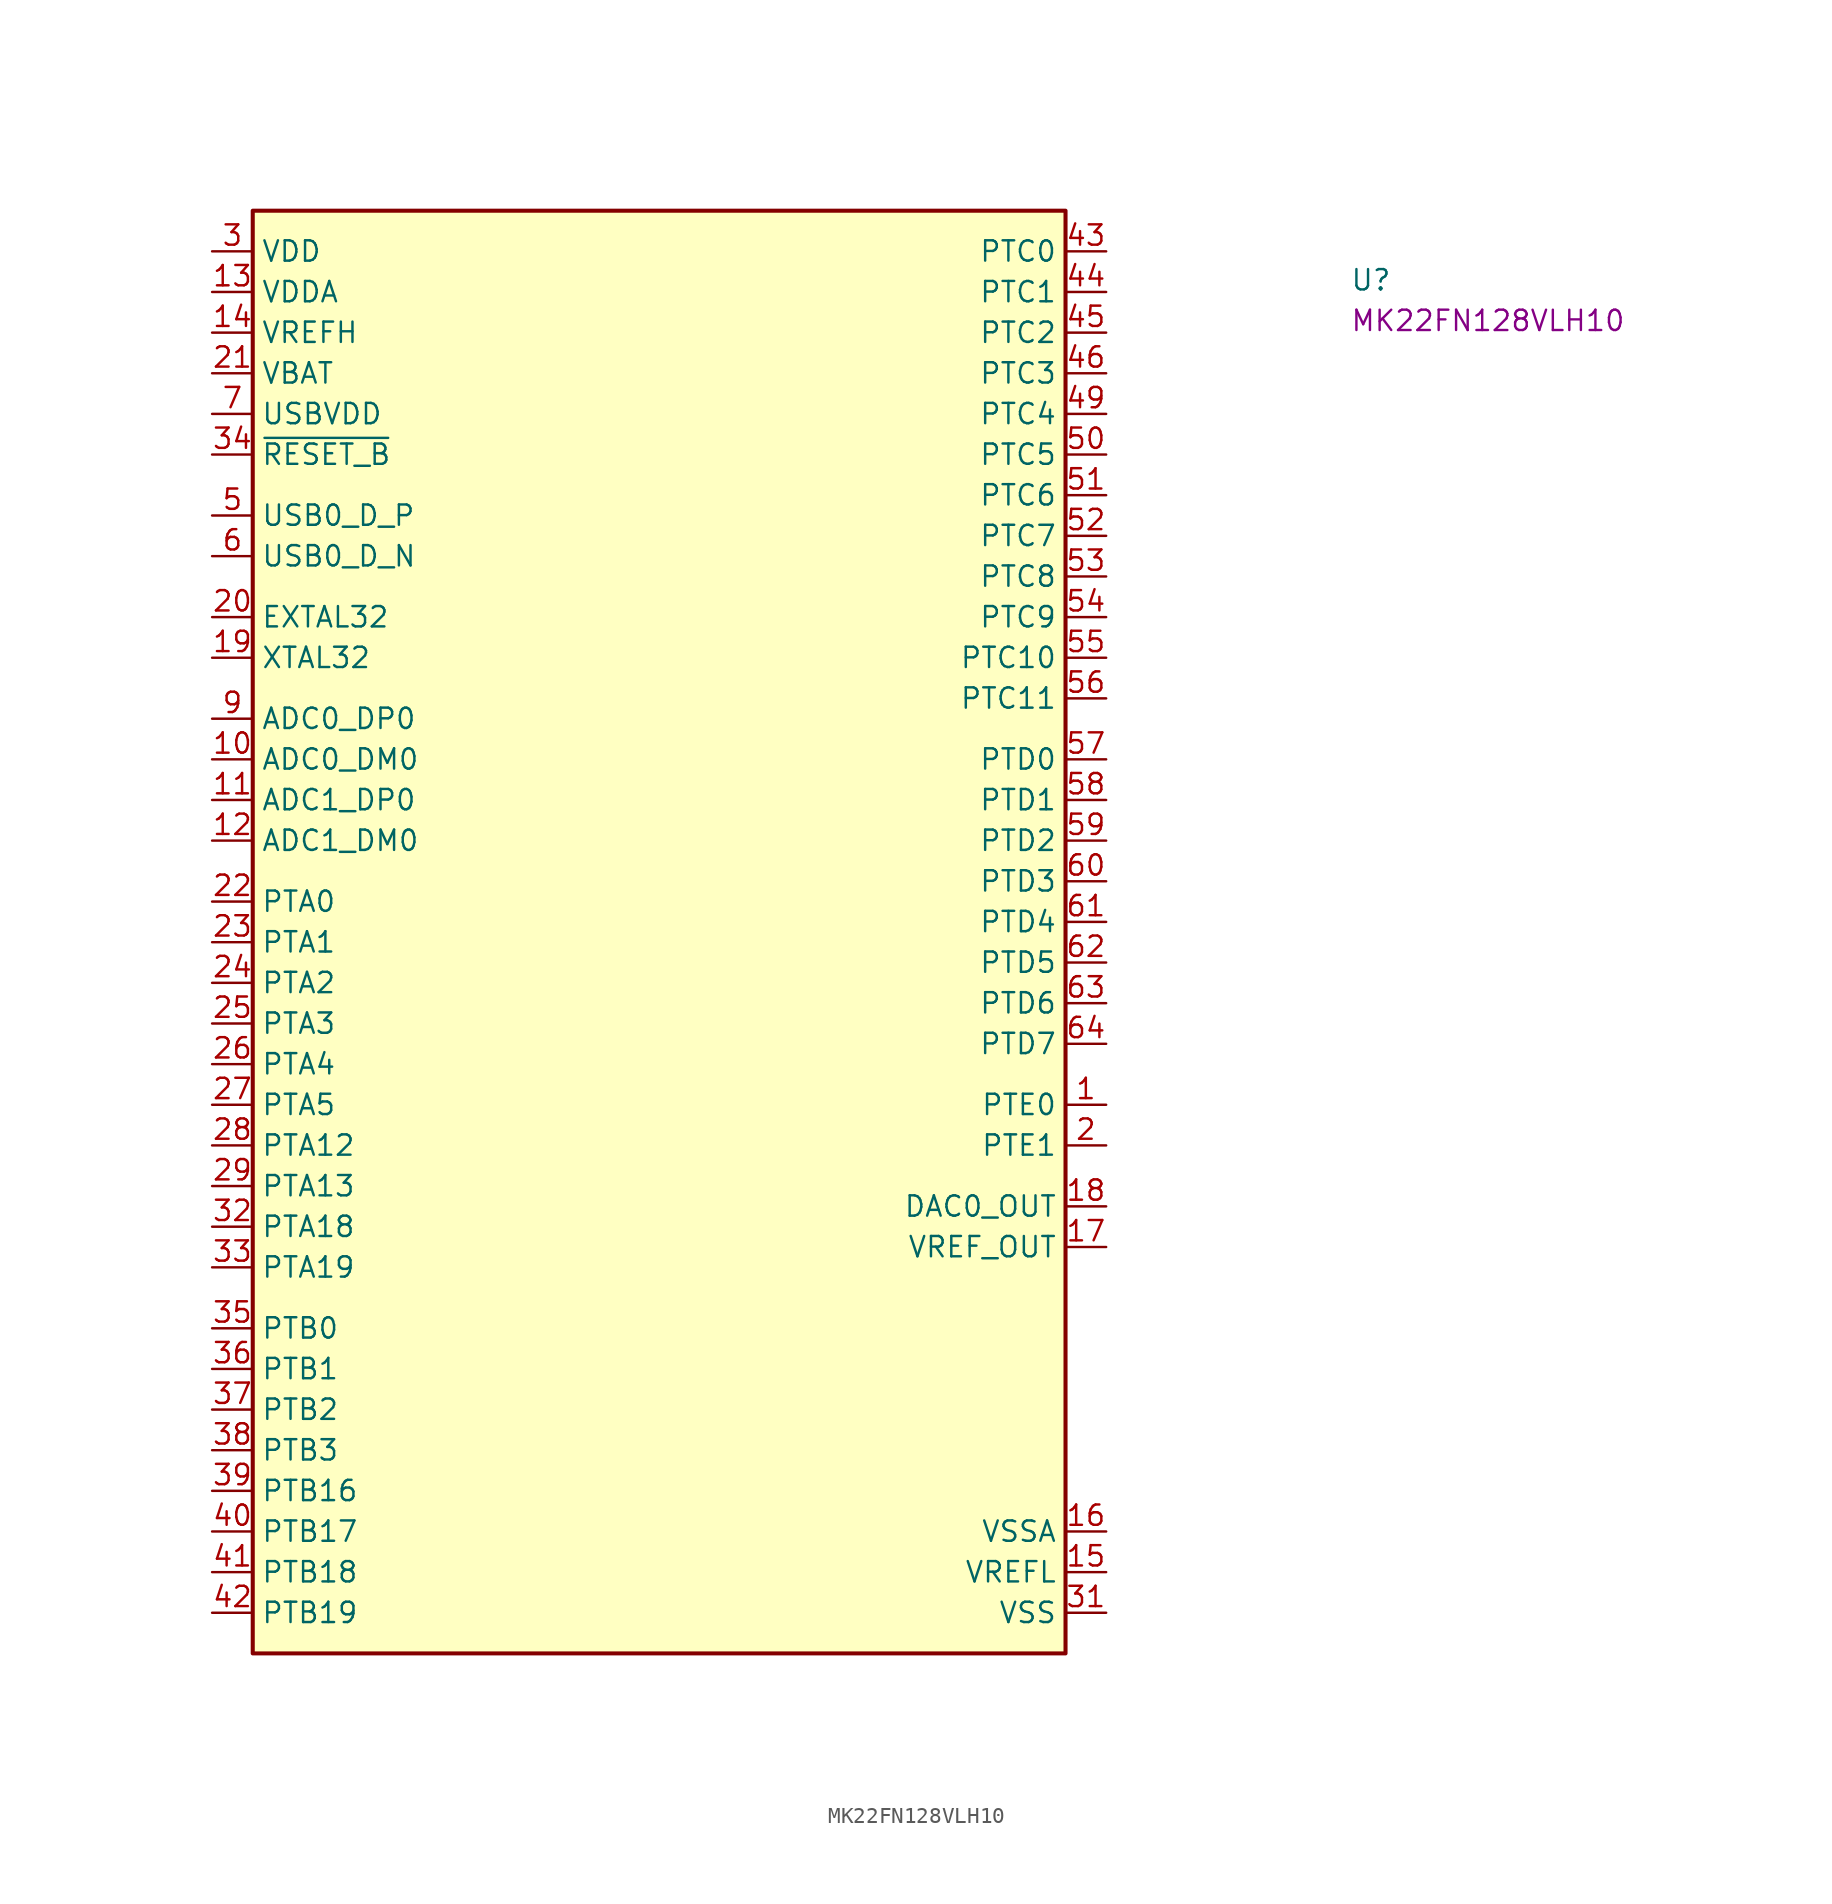
<source format=kicad_sym>
(kicad_symbol_lib
  (version 20220914)
  (generator kicad_symbol_editor)
  (symbol "MK22FN128VLH10"
    (property "Reference" "U"
      (at 71.12 -2.54 0)
      (effects (font (size 1.27 1.27) (thickness 0.15)) (justify left bottom)))
    (property "MPN" "MK22FN128VLH10"
      (at 71.12 -5.08 0)
      (effects (font (size 1.27 1.27) (thickness 0.15)) (justify left bottom)))
    (symbol "MK22FN128VLH10_1_1"
      (rectangle (start 2.54 2.54) (end 53.34 -87.63) (stroke (width 0.254) (type default)) (fill (type background)))
      (pin output line (at 55.88 -53.34 180) (length 2.54) (name "PTE0" (effects (font (size 1.27 1.27)))) (number "1" (effects (font (size 1.27 1.27)))) (alternate "CLKOUT32K" passive line))
      (pin bidirectional line (at 0 -31.75 0) (length 2.54) (name "ADC0_DM0" (effects (font (size 1.27 1.27)))) (number "10" (effects (font (size 1.27 1.27)))) (alternate "ADC1_DM3" passive line))
      (pin bidirectional line (at 0 -34.29 0) (length 2.54) (name "ADC1_DP0" (effects (font (size 1.27 1.27)))) (number "11" (effects (font (size 1.27 1.27)))) (alternate "ADC0_DP3" passive line))
      (pin bidirectional line (at 0 -36.83 0) (length 2.54) (name "ADC1_DM0" (effects (font (size 1.27 1.27)))) (number "12" (effects (font (size 1.27 1.27)))) (alternate "ADC0_DM3" passive line))
      (pin power_in line (at 0 -2.54 0) (length 2.54) (name "VDDA" (effects (font (size 1.27 1.27)))) (number "13" (effects (font (size 1.27 1.27)))))
      (pin power_in line (at 0 -5.08 0) (length 2.54) (name "VREFH" (effects (font (size 1.27 1.27)))) (number "14" (effects (font (size 1.27 1.27)))))
      (pin power_in line (at 55.88 -82.55 180) (length 2.54) (name "VREFL" (effects (font (size 1.27 1.27)))) (number "15" (effects (font (size 1.27 1.27)))))
      (pin power_in line (at 55.88 -80.01 180) (length 2.54) (name "VSSA" (effects (font (size 1.27 1.27)))) (number "16" (effects (font (size 1.27 1.27)))))
      (pin output line (at 55.88 -62.23 180) (length 2.54) (name "VREF_OUT" (effects (font (size 1.27 1.27)))) (number "17" (effects (font (size 1.27 1.27)))) (alternate "ADC1_SE18" passive line) (alternate "CMP0_IN5" passive line) (alternate "CMP1_IN5" passive line))
      (pin output line (at 55.88 -59.69 180) (length 2.54) (name "DAC0_OUT" (effects (font (size 1.27 1.27)))) (number "18" (effects (font (size 1.27 1.27)))) (alternate "ADC0_SE23" passive line) (alternate "CMP1_IN3" passive line))
      (pin output line (at 0 -25.4 0) (length 2.54) (name "XTAL32" (effects (font (size 1.27 1.27)))) (number "19" (effects (font (size 1.27 1.27)))))
      (pin passive line (at 55.88 -55.88 180) (length 2.54) (name "PTE1" (effects (font (size 1.27 1.27)))) (number "2" (effects (font (size 1.27 1.27)))) (alternate "LLWU_P0" passive line))
      (pin input line (at 0 -22.86 0) (length 2.54) (name "EXTAL32" (effects (font (size 1.27 1.27)))) (number "20" (effects (font (size 1.27 1.27)))))
      (pin power_in line (at 0 -7.62 0) (length 2.54) (name "VBAT" (effects (font (size 1.27 1.27)))) (number "21" (effects (font (size 1.27 1.27)))))
      (pin bidirectional line (at 0 -40.64 0) (length 2.54) (name "PTA0" (effects (font (size 1.27 1.27)))) (number "22" (effects (font (size 1.27 1.27)))))
      (pin bidirectional line (at 0 -43.18 0) (length 2.54) (name "PTA1" (effects (font (size 1.27 1.27)))) (number "23" (effects (font (size 1.27 1.27)))))
      (pin bidirectional line (at 0 -45.72 0) (length 2.54) (name "PTA2" (effects (font (size 1.27 1.27)))) (number "24" (effects (font (size 1.27 1.27)))))
      (pin bidirectional line (at 0 -48.26 0) (length 2.54) (name "PTA3" (effects (font (size 1.27 1.27)))) (number "25" (effects (font (size 1.27 1.27)))))
      (pin bidirectional line (at 0 -50.8 0) (length 2.54) (name "PTA4" (effects (font (size 1.27 1.27)))) (number "26" (effects (font (size 1.27 1.27)))) (alternate "LLWU_P3" passive line))
      (pin bidirectional line (at 0 -53.34 0) (length 2.54) (name "PTA5" (effects (font (size 1.27 1.27)))) (number "27" (effects (font (size 1.27 1.27)))))
      (pin bidirectional line (at 0 -55.88 0) (length 2.54) (name "PTA12" (effects (font (size 1.27 1.27)))) (number "28" (effects (font (size 1.27 1.27)))))
      (pin bidirectional line (at 0 -58.42 0) (length 2.54) (name "PTA13" (effects (font (size 1.27 1.27)))) (number "29" (effects (font (size 1.27 1.27)))) (alternate "LLWU_P4" passive line))
      (pin power_in line (at 0 0 0) (length 2.54) (name "VDD" (effects (font (size 1.27 1.27)))) (number "3" (effects (font (size 1.27 1.27)))))
      (pin passive line (at 0 0 0) (length 2.54) hide (name "VDD" (effects (font (size 1.27 1.27)))) (number "30" (effects (font (size 1.27 1.27)))))
      (pin power_in line (at 55.88 -85.09 180) (length 2.54) (name "VSS" (effects (font (size 1.27 1.27)))) (number "31" (effects (font (size 1.27 1.27)))))
      (pin bidirectional line (at 0 -60.96 0) (length 2.54) (name "PTA18" (effects (font (size 1.27 1.27)))) (number "32" (effects (font (size 1.27 1.27)))))
      (pin bidirectional line (at 0 -63.5 0) (length 2.54) (name "PTA19" (effects (font (size 1.27 1.27)))) (number "33" (effects (font (size 1.27 1.27)))))
      (pin input line (at 0 -12.7 0) (length 2.54) (name "~{RESET_B}" (effects (font (size 1.27 1.27)))) (number "34" (effects (font (size 1.27 1.27)))))
      (pin bidirectional line (at 0 -67.31 0) (length 2.54) (name "PTB0" (effects (font (size 1.27 1.27)))) (number "35" (effects (font (size 1.27 1.27)))) (alternate "LLWU_P5" passive line))
      (pin bidirectional line (at 0 -69.85 0) (length 2.54) (name "PTB1" (effects (font (size 1.27 1.27)))) (number "36" (effects (font (size 1.27 1.27)))))
      (pin bidirectional line (at 0 -72.39 0) (length 2.54) (name "PTB2" (effects (font (size 1.27 1.27)))) (number "37" (effects (font (size 1.27 1.27)))))
      (pin bidirectional line (at 0 -74.93 0) (length 2.54) (name "PTB3" (effects (font (size 1.27 1.27)))) (number "38" (effects (font (size 1.27 1.27)))))
      (pin bidirectional line (at 0 -77.47 0) (length 2.54) (name "PTB16" (effects (font (size 1.27 1.27)))) (number "39" (effects (font (size 1.27 1.27)))))
      (pin passive line (at 55.88 -85.09 180) (length 2.54) hide (name "VSS" (effects (font (size 1.27 1.27)))) (number "4" (effects (font (size 1.27 1.27)))))
      (pin bidirectional line (at 0 -80.01 0) (length 2.54) (name "PTB17" (effects (font (size 1.27 1.27)))) (number "40" (effects (font (size 1.27 1.27)))))
      (pin bidirectional line (at 0 -82.55 0) (length 2.54) (name "PTB18" (effects (font (size 1.27 1.27)))) (number "41" (effects (font (size 1.27 1.27)))))
      (pin bidirectional line (at 0 -85.09 0) (length 2.54) (name "PTB19" (effects (font (size 1.27 1.27)))) (number "42" (effects (font (size 1.27 1.27)))))
      (pin bidirectional line (at 55.88 0 180) (length 2.54) (name "PTC0" (effects (font (size 1.27 1.27)))) (number "43" (effects (font (size 1.27 1.27)))))
      (pin bidirectional line (at 55.88 -2.54 180) (length 2.54) (name "PTC1" (effects (font (size 1.27 1.27)))) (number "44" (effects (font (size 1.27 1.27)))) (alternate "LLWU_P6" passive line))
      (pin bidirectional line (at 55.88 -5.08 180) (length 2.54) (name "PTC2" (effects (font (size 1.27 1.27)))) (number "45" (effects (font (size 1.27 1.27)))))
      (pin bidirectional line (at 55.88 -7.62 180) (length 2.54) (name "PTC3" (effects (font (size 1.27 1.27)))) (number "46" (effects (font (size 1.27 1.27)))) (alternate "LLWU_P7" passive line))
      (pin passive line (at 55.88 -85.09 180) (length 2.54) hide (name "VSS" (effects (font (size 1.27 1.27)))) (number "47" (effects (font (size 1.27 1.27)))))
      (pin passive line (at 0 0 0) (length 2.54) hide (name "VDD" (effects (font (size 1.27 1.27)))) (number "48" (effects (font (size 1.27 1.27)))))
      (pin bidirectional line (at 55.88 -10.16 180) (length 2.54) (name "PTC4" (effects (font (size 1.27 1.27)))) (number "49" (effects (font (size 1.27 1.27)))) (alternate "LLWU_P8" passive line))
      (pin bidirectional line (at 0 -16.51 0) (length 2.54) (name "USB0_D_P" (effects (font (size 1.27 1.27)))) (number "5" (effects (font (size 1.27 1.27)))))
      (pin bidirectional line (at 55.88 -12.7 180) (length 2.54) (name "PTC5" (effects (font (size 1.27 1.27)))) (number "50" (effects (font (size 1.27 1.27)))) (alternate "LLWU_P9" passive line))
      (pin bidirectional line (at 55.88 -15.24 180) (length 2.54) (name "PTC6" (effects (font (size 1.27 1.27)))) (number "51" (effects (font (size 1.27 1.27)))) (alternate "LLWU_P10" passive line))
      (pin bidirectional line (at 55.88 -17.78 180) (length 2.54) (name "PTC7" (effects (font (size 1.27 1.27)))) (number "52" (effects (font (size 1.27 1.27)))))
      (pin bidirectional line (at 55.88 -20.32 180) (length 2.54) (name "PTC8" (effects (font (size 1.27 1.27)))) (number "53" (effects (font (size 1.27 1.27)))))
      (pin bidirectional line (at 55.88 -22.86 180) (length 2.54) (name "PTC9" (effects (font (size 1.27 1.27)))) (number "54" (effects (font (size 1.27 1.27)))))
      (pin bidirectional line (at 55.88 -25.4 180) (length 2.54) (name "PTC10" (effects (font (size 1.27 1.27)))) (number "55" (effects (font (size 1.27 1.27)))))
      (pin bidirectional line (at 55.88 -27.94 180) (length 2.54) (name "PTC11" (effects (font (size 1.27 1.27)))) (number "56" (effects (font (size 1.27 1.27)))) (alternate "LLWU_P11" passive line))
      (pin bidirectional line (at 55.88 -31.75 180) (length 2.54) (name "PTD0" (effects (font (size 1.27 1.27)))) (number "57" (effects (font (size 1.27 1.27)))) (alternate "LLWU_P12" passive line))
      (pin bidirectional line (at 55.88 -34.29 180) (length 2.54) (name "PTD1" (effects (font (size 1.27 1.27)))) (number "58" (effects (font (size 1.27 1.27)))))
      (pin bidirectional line (at 55.88 -36.83 180) (length 2.54) (name "PTD2" (effects (font (size 1.27 1.27)))) (number "59" (effects (font (size 1.27 1.27)))) (alternate "LLWU_P13" passive line))
      (pin bidirectional line (at 0 -19.05 0) (length 2.54) (name "USB0_D_N" (effects (font (size 1.27 1.27)))) (number "6" (effects (font (size 1.27 1.27)))))
      (pin bidirectional line (at 55.88 -39.37 180) (length 2.54) (name "PTD3" (effects (font (size 1.27 1.27)))) (number "60" (effects (font (size 1.27 1.27)))))
      (pin bidirectional line (at 55.88 -41.91 180) (length 2.54) (name "PTD4" (effects (font (size 1.27 1.27)))) (number "61" (effects (font (size 1.27 1.27)))) (alternate "LLWU_P14" passive line))
      (pin bidirectional line (at 55.88 -44.45 180) (length 2.54) (name "PTD5" (effects (font (size 1.27 1.27)))) (number "62" (effects (font (size 1.27 1.27)))))
      (pin bidirectional line (at 55.88 -46.99 180) (length 2.54) (name "PTD6" (effects (font (size 1.27 1.27)))) (number "63" (effects (font (size 1.27 1.27)))) (alternate "LLWU_P15" passive line))
      (pin bidirectional line (at 55.88 -49.53 180) (length 2.54) (name "PTD7" (effects (font (size 1.27 1.27)))) (number "64" (effects (font (size 1.27 1.27)))))
      (pin power_in line (at 0 -10.16 0) (length 2.54) (name "USBVDD" (effects (font (size 1.27 1.27)))) (number "7" (effects (font (size 1.27 1.27)))))
      (pin no_connect line (at 53.34 -77.47 180) (length 2.54) hide (name "NC" (effects (font (size 1.27 1.27)))) (number "8" (effects (font (size 1.27 1.27)))))
      (pin bidirectional line (at 0 -29.21 0) (length 2.54) (name "ADC0_DP0" (effects (font (size 1.27 1.27)))) (number "9" (effects (font (size 1.27 1.27)))) (alternate "ADC1_DP3" passive line)))))
</source>
